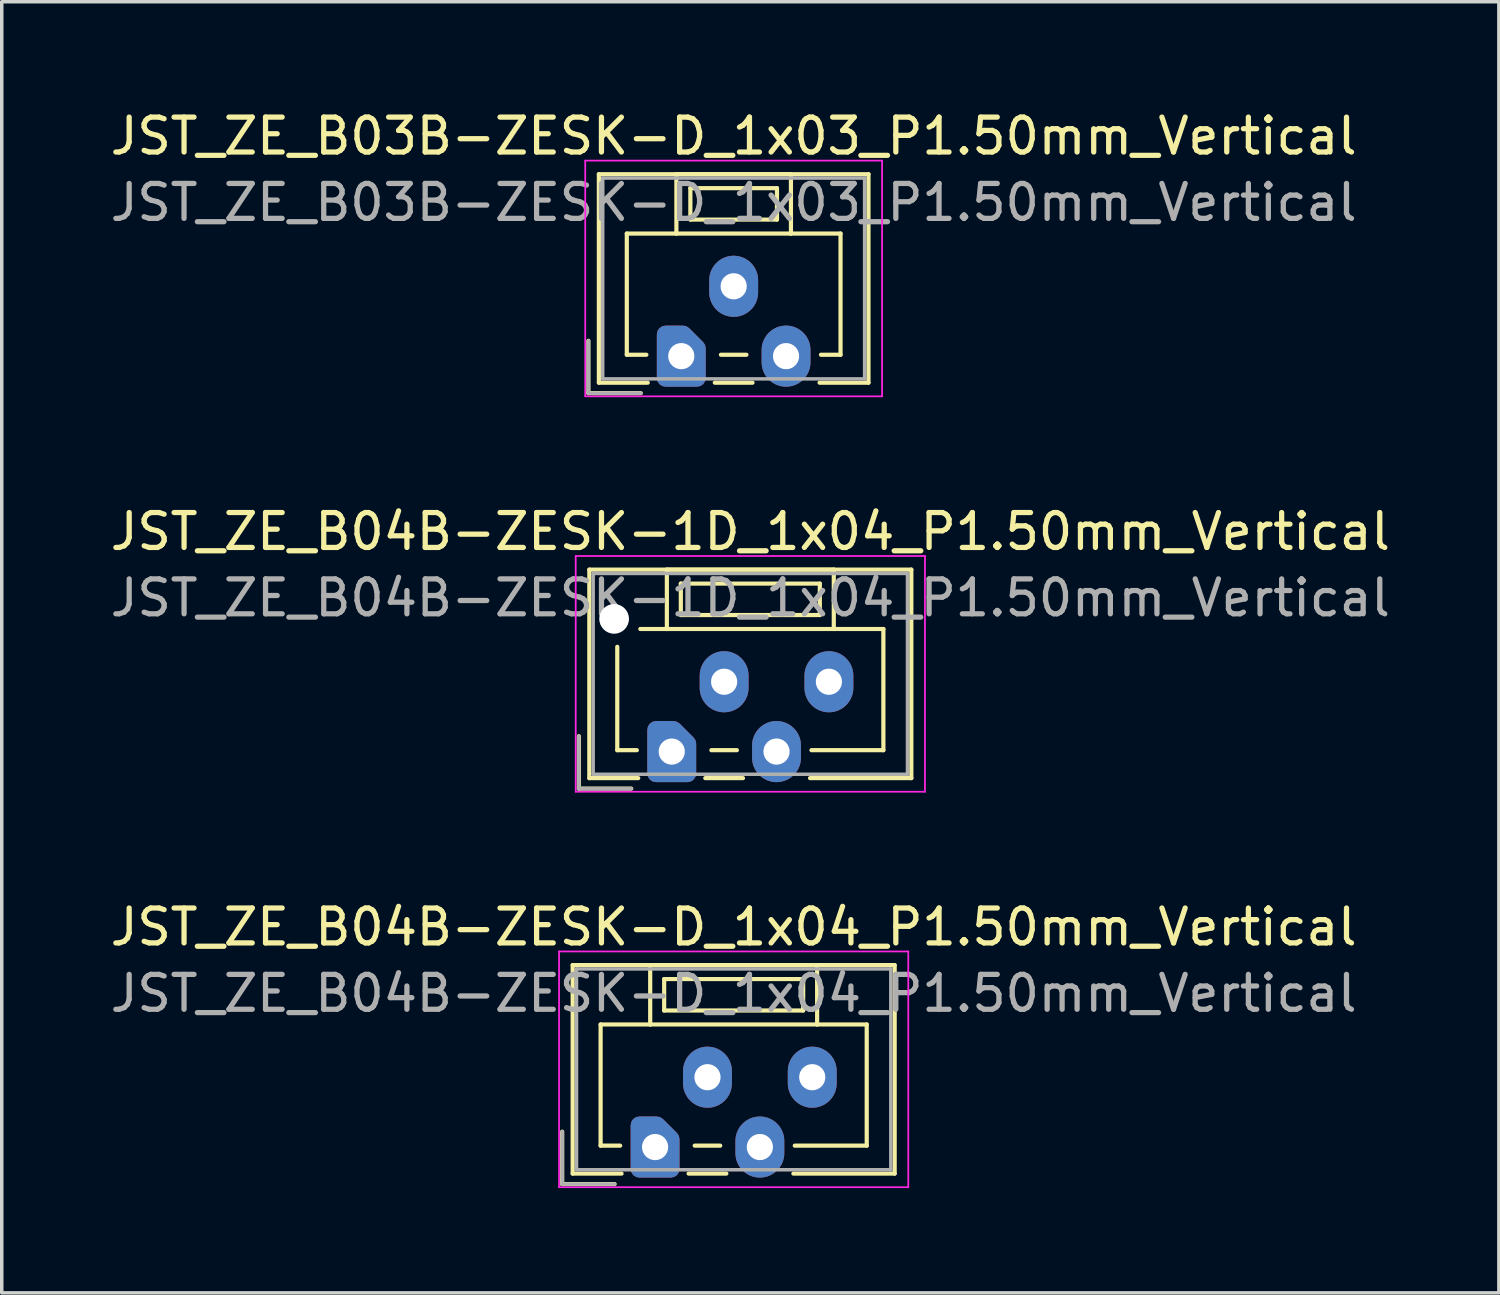
<source format=kicad_pcb>
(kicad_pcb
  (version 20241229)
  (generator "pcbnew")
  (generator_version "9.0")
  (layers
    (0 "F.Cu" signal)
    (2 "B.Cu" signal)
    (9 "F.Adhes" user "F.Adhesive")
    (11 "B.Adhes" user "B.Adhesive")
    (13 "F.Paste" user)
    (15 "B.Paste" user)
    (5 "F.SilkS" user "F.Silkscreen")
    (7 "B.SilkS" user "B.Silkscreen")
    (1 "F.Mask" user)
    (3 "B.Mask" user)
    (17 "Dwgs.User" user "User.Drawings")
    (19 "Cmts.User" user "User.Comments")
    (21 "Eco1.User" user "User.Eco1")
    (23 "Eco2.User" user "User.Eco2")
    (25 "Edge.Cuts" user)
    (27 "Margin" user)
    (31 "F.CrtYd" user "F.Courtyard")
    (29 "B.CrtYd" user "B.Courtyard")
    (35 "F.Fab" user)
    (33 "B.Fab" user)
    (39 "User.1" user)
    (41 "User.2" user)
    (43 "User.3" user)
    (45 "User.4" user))
  (footprint "JST_ZE_B04B-ZESK-D_1x04_P1.50mm_Vertical"
    (layer "F.Cu")
    (at 15.708 29.795)
    (property "Reference" "JST_ZE_B04B-ZESK-D_1x04_P1.50mm_Vertical" (at 2.25 -6.3 0) (layer "F.SilkS") (effects (font (size 1 1) (thickness 0.15))))
    (attr through_hole)
    (fp_line (start -2.66 -0.44) (end -2.66 1.06) (stroke (width 0.12) (type solid)) (layer "F.SilkS"))
    (fp_line (start -2.66 1.06) (end -1.16 1.06) (stroke (width 0.12) (type solid)) (layer "F.SilkS"))
    (fp_line (start -2.36 -5.21) (end 6.86 -5.21) (stroke (width 0.12) (type solid)) (layer "F.SilkS"))
    (fp_line (start -2.36 0.76) (end -2.36 -5.21) (stroke (width 0.12) (type solid)) (layer "F.SilkS"))
    (fp_line (start -1.56 -3.51) (end -1.56 -0.04) (stroke (width 0.12) (type solid)) (layer "F.SilkS"))
    (fp_line (start -1.56 -0.04) (end -1 -0.04) (stroke (width 0.12) (type solid)) (layer "F.SilkS"))
    (fp_line (start -0.96 0.76) (end -2.36 0.76) (stroke (width 0.12) (type solid)) (layer "F.SilkS"))
    (fp_line (start -0.14 -5.21) (end -0.14 -3.51) (stroke (width 0.12) (type solid)) (layer "F.SilkS"))
    (fp_line (start -0.14 -3.51) (end -1.56 -3.51) (stroke (width 0.12) (type solid)) (layer "F.SilkS"))
    (fp_line (start -0.14 -3.51) (end 4.64 -3.51) (stroke (width 0.12) (type solid)) (layer "F.SilkS"))
    (fp_line (start 0.26 -4.81) (end 0.26 -3.91) (stroke (width 0.12) (type solid)) (layer "F.SilkS"))
    (fp_line (start 0.26 -3.91) (end 4.24 -3.91) (stroke (width 0.12) (type solid)) (layer "F.SilkS"))
    (fp_line (start 0.96 0.76) (end 2.04 0.76) (stroke (width 0.12) (type solid)) (layer "F.SilkS"))
    (fp_line (start 1.135 -0.04) (end 1.865 -0.04) (stroke (width 0.12) (type solid)) (layer "F.SilkS"))
    (fp_line (start 4.24 -4.81) (end 0.26 -4.81) (stroke (width 0.12) (type solid)) (layer "F.SilkS"))
    (fp_line (start 4.24 -3.91) (end 4.24 -4.81) (stroke (width 0.12) (type solid)) (layer "F.SilkS"))
    (fp_line (start 4.64 -5.21) (end -0.14 -5.21) (stroke (width 0.12) (type solid)) (layer "F.SilkS"))
    (fp_line (start 4.64 -3.51) (end 4.64 -5.21) (stroke (width 0.12) (type solid)) (layer "F.SilkS"))
    (fp_line (start 4.64 -3.51) (end 6.06 -3.51) (stroke (width 0.12) (type solid)) (layer "F.SilkS"))
    (fp_line (start 6.06 -3.51) (end 6.06 -0.04) (stroke (width 0.12) (type solid)) (layer "F.SilkS"))
    (fp_line (start 6.06 -0.04) (end 4 -0.04) (stroke (width 0.12) (type solid)) (layer "F.SilkS"))
    (fp_line (start 6.86 -5.21) (end 6.86 0.76) (stroke (width 0.12) (type solid)) (layer "F.SilkS"))
    (fp_line (start 6.86 0.76) (end 3.96 0.76) (stroke (width 0.12) (type solid)) (layer "F.SilkS"))
    (fp_line (start -2.75 -5.6) (end -2.75 1.15) (stroke (width 0.05) (type solid)) (layer "F.CrtYd"))
    (fp_line (start -2.75 1.15) (end 7.25 1.15) (stroke (width 0.05) (type solid)) (layer "F.CrtYd"))
    (fp_line (start 7.25 -5.6) (end -2.75 -5.6) (stroke (width 0.05) (type solid)) (layer "F.CrtYd"))
    (fp_line (start 7.25 1.15) (end 7.25 -5.6) (stroke (width 0.05) (type solid)) (layer "F.CrtYd"))
    (fp_line (start -2.66 -0.44) (end -2.66 1.06) (stroke (width 0.1) (type solid)) (layer "F.Fab"))
    (fp_line (start -2.66 1.06) (end -1.16 1.06) (stroke (width 0.1) (type solid)) (layer "F.Fab"))
    (fp_line (start -2.25 -5.1) (end -2.25 0.65) (stroke (width 0.1) (type solid)) (layer "F.Fab"))
    (fp_line (start -2.25 0.65) (end 6.75 0.65) (stroke (width 0.1) (type solid)) (layer "F.Fab"))
    (fp_line (start 6.75 -5.1) (end -2.25 -5.1) (stroke (width 0.1) (type solid)) (layer "F.Fab"))
    (fp_line (start 6.75 0.65) (end 6.75 -5.1) (stroke (width 0.1) (type solid)) (layer "F.Fab"))
    (fp_text user "${REFERENCE}" (at 2.25 -4.4 0) (layer "F.Fab") (effects (font (size 1 1) (thickness 0.15))))
    (pad "1" thru_hole custom (at 0 0) (size 1.117 1.117) (drill 0.75) (layers "*.Cu" "*.Mask") (options (anchor circle)) (primitives (gr_poly (pts (xy -0.45 -0.625) (xy 0.05 -0.625) (xy 0.45 -0.225) (xy 0.45 0.625) (xy -0.45 0.625)) (width 0.5) (fill yes))))
    (pad "2" thru_hole oval (at 1.5 -2) (size 1.4 1.75) (drill 0.75) (layers "*.Cu" "*.Mask"))
    (pad "3" thru_hole oval (at 3 0) (size 1.4 1.75) (drill 0.75) (layers "*.Cu" "*.Mask"))
    (pad "4" thru_hole oval (at 4.5 -2) (size 1.4 1.75) (drill 0.75) (layers "*.Cu" "*.Mask")))
  (footprint "JST_ZE_B04B-ZESK-1D_1x04_P1.50mm_Vertical"
    (layer "F.Cu")
    (at 16.185 18.471)
    (property "Reference" "JST_ZE_B04B-ZESK-1D_1x04_P1.50mm_Vertical" (at 2.25 -6.3 0) (layer "F.SilkS") (effects (font (size 1 1) (thickness 0.15))))
    (attr through_hole)
    (fp_line (start -2.66 -0.44) (end -2.66 1.06) (stroke (width 0.12) (type solid)) (layer "F.SilkS"))
    (fp_line (start -2.66 1.06) (end -1.16 1.06) (stroke (width 0.12) (type solid)) (layer "F.SilkS"))
    (fp_line (start -2.36 -5.21) (end 6.86 -5.21) (stroke (width 0.12) (type solid)) (layer "F.SilkS"))
    (fp_line (start -2.36 0.76) (end -2.36 -5.21) (stroke (width 0.12) (type solid)) (layer "F.SilkS"))
    (fp_line (start -1.56 -3) (end -1.56 -0.04) (stroke (width 0.12) (type solid)) (layer "F.SilkS"))
    (fp_line (start -1.56 -0.04) (end -1 -0.04) (stroke (width 0.12) (type solid)) (layer "F.SilkS"))
    (fp_line (start -0.96 0.76) (end -2.36 0.76) (stroke (width 0.12) (type solid)) (layer "F.SilkS"))
    (fp_line (start -0.14 -5.21) (end -0.14 -3.51) (stroke (width 0.12) (type solid)) (layer "F.SilkS"))
    (fp_line (start -0.14 -3.51) (end -0.9 -3.51) (stroke (width 0.12) (type solid)) (layer "F.SilkS"))
    (fp_line (start -0.14 -3.51) (end 4.64 -3.51) (stroke (width 0.12) (type solid)) (layer "F.SilkS"))
    (fp_line (start 0.26 -4.81) (end 0.26 -3.91) (stroke (width 0.12) (type solid)) (layer "F.SilkS"))
    (fp_line (start 0.26 -3.91) (end 4.24 -3.91) (stroke (width 0.12) (type solid)) (layer "F.SilkS"))
    (fp_line (start 0.96 0.76) (end 2.04 0.76) (stroke (width 0.12) (type solid)) (layer "F.SilkS"))
    (fp_line (start 1.135 -0.04) (end 1.865 -0.04) (stroke (width 0.12) (type solid)) (layer "F.SilkS"))
    (fp_line (start 4.24 -4.81) (end 0.26 -4.81) (stroke (width 0.12) (type solid)) (layer "F.SilkS"))
    (fp_line (start 4.24 -3.91) (end 4.24 -4.81) (stroke (width 0.12) (type solid)) (layer "F.SilkS"))
    (fp_line (start 4.64 -5.21) (end -0.14 -5.21) (stroke (width 0.12) (type solid)) (layer "F.SilkS"))
    (fp_line (start 4.64 -3.51) (end 4.64 -5.21) (stroke (width 0.12) (type solid)) (layer "F.SilkS"))
    (fp_line (start 4.64 -3.51) (end 6.06 -3.51) (stroke (width 0.12) (type solid)) (layer "F.SilkS"))
    (fp_line (start 6.06 -3.51) (end 6.06 -0.04) (stroke (width 0.12) (type solid)) (layer "F.SilkS"))
    (fp_line (start 6.06 -0.04) (end 4 -0.04) (stroke (width 0.12) (type solid)) (layer "F.SilkS"))
    (fp_line (start 6.86 -5.21) (end 6.86 0.76) (stroke (width 0.12) (type solid)) (layer "F.SilkS"))
    (fp_line (start 6.86 0.76) (end 3.96 0.76) (stroke (width 0.12) (type solid)) (layer "F.SilkS"))
    (fp_line (start -2.75 -5.6) (end -2.75 1.15) (stroke (width 0.05) (type solid)) (layer "F.CrtYd"))
    (fp_line (start -2.75 1.15) (end 7.25 1.15) (stroke (width 0.05) (type solid)) (layer "F.CrtYd"))
    (fp_line (start 7.25 -5.6) (end -2.75 -5.6) (stroke (width 0.05) (type solid)) (layer "F.CrtYd"))
    (fp_line (start 7.25 1.15) (end 7.25 -5.6) (stroke (width 0.05) (type solid)) (layer "F.CrtYd"))
    (fp_line (start -2.66 -0.44) (end -2.66 1.06) (stroke (width 0.1) (type solid)) (layer "F.Fab"))
    (fp_line (start -2.66 1.06) (end -1.16 1.06) (stroke (width 0.1) (type solid)) (layer "F.Fab"))
    (fp_line (start -2.25 -5.1) (end -2.25 0.65) (stroke (width 0.1) (type solid)) (layer "F.Fab"))
    (fp_line (start -2.25 0.65) (end 6.75 0.65) (stroke (width 0.1) (type solid)) (layer "F.Fab"))
    (fp_line (start 6.75 -5.1) (end -2.25 -5.1) (stroke (width 0.1) (type solid)) (layer "F.Fab"))
    (fp_line (start 6.75 0.65) (end 6.75 -5.1) (stroke (width 0.1) (type solid)) (layer "F.Fab"))
    (fp_text user "${REFERENCE}" (at 2.25 -4.4 0) (layer "F.Fab") (effects (font (size 1 1) (thickness 0.15))))
    (pad "" np_thru_hole circle (at -1.65 -3.8) (size 0.85 0.85) (drill 0.85) (layers "*.Cu" "*.Mask"))
    (pad "1" thru_hole custom (at 0 0) (size 1.117 1.117) (drill 0.75) (layers "*.Cu" "*.Mask") (options (anchor circle)) (primitives (gr_poly (pts (xy -0.45 -0.625) (xy 0.05 -0.625) (xy 0.45 -0.225) (xy 0.45 0.625) (xy -0.45 0.625)) (width 0.5) (fill yes))))
    (pad "2" thru_hole oval (at 1.5 -2) (size 1.4 1.75) (drill 0.75) (layers "*.Cu" "*.Mask"))
    (pad "3" thru_hole oval (at 3 0) (size 1.4 1.75) (drill 0.75) (layers "*.Cu" "*.Mask"))
    (pad "4" thru_hole oval (at 4.5 -2) (size 1.4 1.75) (drill 0.75) (layers "*.Cu" "*.Mask")))
  (footprint "JST_ZE_B03B-ZESK-D_1x03_P1.50mm_Vertical"
    (layer "F.Cu")
    (at 16.458 7.148)
    (property "Reference" "JST_ZE_B03B-ZESK-D_1x03_P1.50mm_Vertical" (at 1.5 -6.3 0) (layer "F.SilkS") (effects (font (size 1 1) (thickness 0.15))))
    (attr through_hole)
    (fp_line (start -2.66 -0.44) (end -2.66 1.06) (stroke (width 0.12) (type solid)) (layer "F.SilkS"))
    (fp_line (start -2.66 1.06) (end -1.16 1.06) (stroke (width 0.12) (type solid)) (layer "F.SilkS"))
    (fp_line (start -2.36 -5.21) (end 5.36 -5.21) (stroke (width 0.12) (type solid)) (layer "F.SilkS"))
    (fp_line (start -2.36 0.76) (end -2.36 -5.21) (stroke (width 0.12) (type solid)) (layer "F.SilkS"))
    (fp_line (start -1.56 -3.51) (end -1.56 -0.04) (stroke (width 0.12) (type solid)) (layer "F.SilkS"))
    (fp_line (start -1.56 -0.04) (end -1 -0.04) (stroke (width 0.12) (type solid)) (layer "F.SilkS"))
    (fp_line (start -0.96 0.76) (end -2.36 0.76) (stroke (width 0.12) (type solid)) (layer "F.SilkS"))
    (fp_line (start -0.14 -5.21) (end -0.14 -3.51) (stroke (width 0.12) (type solid)) (layer "F.SilkS"))
    (fp_line (start -0.14 -3.51) (end -1.56 -3.51) (stroke (width 0.12) (type solid)) (layer "F.SilkS"))
    (fp_line (start -0.14 -3.51) (end 3.14 -3.51) (stroke (width 0.12) (type solid)) (layer "F.SilkS"))
    (fp_line (start 0.26 -4.81) (end 0.26 -3.91) (stroke (width 0.12) (type solid)) (layer "F.SilkS"))
    (fp_line (start 0.26 -3.91) (end 2.74 -3.91) (stroke (width 0.12) (type solid)) (layer "F.SilkS"))
    (fp_line (start 0.96 0.76) (end 2.04 0.76) (stroke (width 0.12) (type solid)) (layer "F.SilkS"))
    (fp_line (start 1.135 -0.04) (end 1.865 -0.04) (stroke (width 0.12) (type solid)) (layer "F.SilkS"))
    (fp_line (start 2.74 -4.81) (end 0.26 -4.81) (stroke (width 0.12) (type solid)) (layer "F.SilkS"))
    (fp_line (start 2.74 -3.91) (end 2.74 -4.81) (stroke (width 0.12) (type solid)) (layer "F.SilkS"))
    (fp_line (start 3.14 -5.21) (end -0.14 -5.21) (stroke (width 0.12) (type solid)) (layer "F.SilkS"))
    (fp_line (start 3.14 -3.51) (end 3.14 -5.21) (stroke (width 0.12) (type solid)) (layer "F.SilkS"))
    (fp_line (start 3.14 -3.51) (end 4.56 -3.51) (stroke (width 0.12) (type solid)) (layer "F.SilkS"))
    (fp_line (start 4.56 -3.51) (end 4.56 -0.04) (stroke (width 0.12) (type solid)) (layer "F.SilkS"))
    (fp_line (start 4.56 -0.04) (end 4 -0.04) (stroke (width 0.12) (type solid)) (layer "F.SilkS"))
    (fp_line (start 5.36 -5.21) (end 5.36 0.76) (stroke (width 0.12) (type solid)) (layer "F.SilkS"))
    (fp_line (start 5.36 0.76) (end 3.96 0.76) (stroke (width 0.12) (type solid)) (layer "F.SilkS"))
    (fp_line (start -2.75 -5.6) (end -2.75 1.15) (stroke (width 0.05) (type solid)) (layer "F.CrtYd"))
    (fp_line (start -2.75 1.15) (end 5.75 1.15) (stroke (width 0.05) (type solid)) (layer "F.CrtYd"))
    (fp_line (start 5.75 -5.6) (end -2.75 -5.6) (stroke (width 0.05) (type solid)) (layer "F.CrtYd"))
    (fp_line (start 5.75 1.15) (end 5.75 -5.6) (stroke (width 0.05) (type solid)) (layer "F.CrtYd"))
    (fp_line (start -2.66 -0.44) (end -2.66 1.06) (stroke (width 0.1) (type solid)) (layer "F.Fab"))
    (fp_line (start -2.66 1.06) (end -1.16 1.06) (stroke (width 0.1) (type solid)) (layer "F.Fab"))
    (fp_line (start -2.25 -5.1) (end -2.25 0.65) (stroke (width 0.1) (type solid)) (layer "F.Fab"))
    (fp_line (start -2.25 0.65) (end 5.25 0.65) (stroke (width 0.1) (type solid)) (layer "F.Fab"))
    (fp_line (start 5.25 -5.1) (end -2.25 -5.1) (stroke (width 0.1) (type solid)) (layer "F.Fab"))
    (fp_line (start 5.25 0.65) (end 5.25 -5.1) (stroke (width 0.1) (type solid)) (layer "F.Fab"))
    (fp_text user "${REFERENCE}" (at 1.5 -4.4 0) (layer "F.Fab") (effects (font (size 1 1) (thickness 0.15))))
    (pad "1" thru_hole custom (at 0 0) (size 1.117 1.117) (drill 0.75) (layers "*.Cu" "*.Mask") (options (anchor circle)) (primitives (gr_poly (pts (xy -0.45 -0.625) (xy 0.05 -0.625) (xy 0.45 -0.225) (xy 0.45 0.625) (xy -0.45 0.625)) (width 0.5) (fill yes))))
    (pad "2" thru_hole oval (at 1.5 -2) (size 1.4 1.75) (drill 0.75) (layers "*.Cu" "*.Mask"))
    (pad "3" thru_hole oval (at 3 0) (size 1.4 1.75) (drill 0.75) (layers "*.Cu" "*.Mask")))
  (gr_rect
    (start -3 -3)
    (end 39.869 33.97)
    (stroke (width 0.1) (type default))
    (fill no)
    (layer "Edge.Cuts")))
</source>
